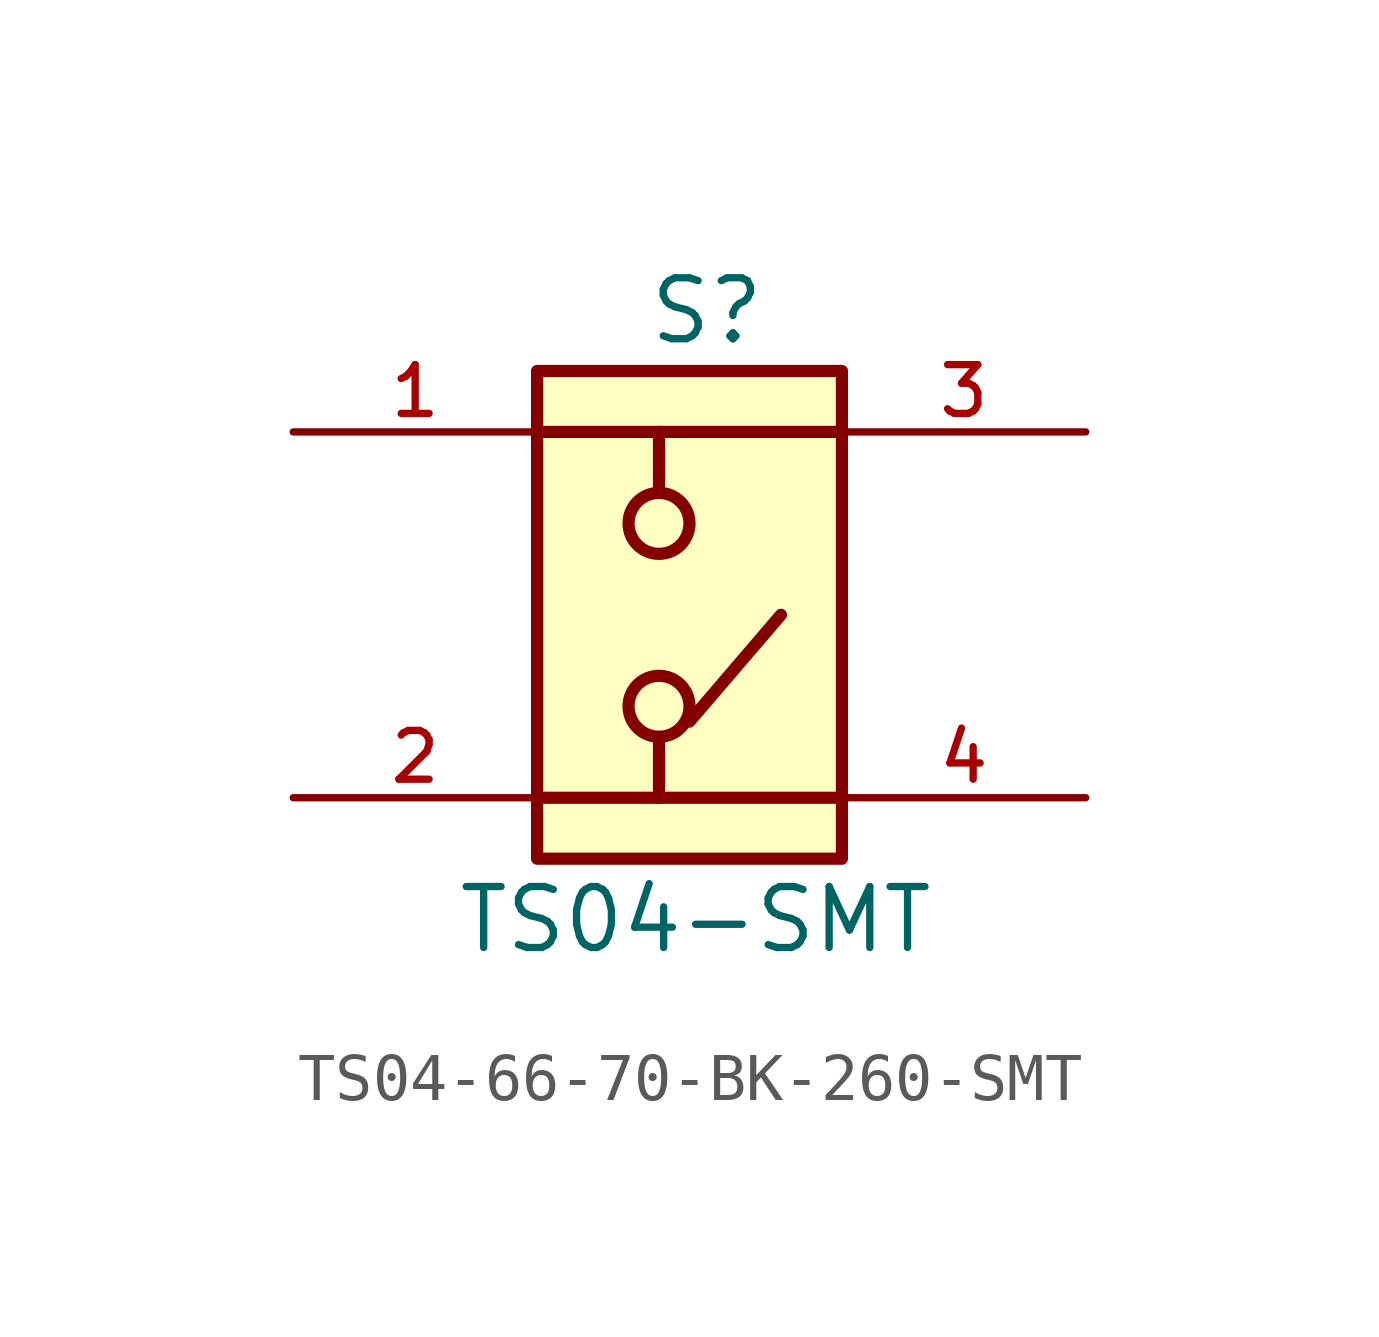
<source format=kicad_sym>
(kicad_symbol_lib
  (version 20241209)
  (generator "kicad_symbol_editor")
  (generator_version "9.0")
  (symbol "TS04-66-70-BK-260-SMT"
    (pin_names
      (offset 1.016))
    (property "Reference" "S"
      (at -0.254 5.588 0)
      (effects (font (size 1.27 1.27)) (justify left bottom)))
    (property "Value" "TS04-SMT"
      (at 0.762 -6.35 0)
      (effects (font (size 1.27 1.27))))
    (symbol "TS04-66-70-BK-260-SMT_0_0"
      (rectangle (start -2.54 5.08) (end 3.81 -5.08) (stroke (width 0.254) (type default)) (fill (type background)))
      (polyline (pts (xy 0 3.81) (xy -2.54 3.81)) (stroke (width 0.254) (type default)) (fill (type none)))
      (polyline (pts (xy 0 3.81) (xy 0 2.54)) (stroke (width 0.254) (type default)) (fill (type none)))
      (polyline (pts (xy 0 3.81) (xy 3.81 3.81)) (stroke (width 0.254) (type default)) (fill (type none)))
      (circle (center 0 1.905) (radius 0.635) (stroke (width 0.254) (type default)) (fill (type none)))
      (circle (center 0 -1.905) (radius 0.635) (stroke (width 0.254) (type default)) (fill (type none)))
      (polyline (pts (xy 0 -2.54) (xy 0 -3.81)) (stroke (width 0.254) (type default)) (fill (type none)))
      (polyline (pts (xy 0 -3.81) (xy -2.54 -3.81)) (stroke (width 0.254) (type default)) (fill (type none)))
      (polyline (pts (xy 0 -3.81) (xy 3.81 -3.81)) (stroke (width 0.254) (type default)) (fill (type none)))
      (polyline (pts (xy 0.635 -2.223) (xy 2.54 0)) (stroke (width 0.254) (type default)) (fill (type none)))
      (pin passive line (at -7.62 3.81 0) (length 5.08) (name "~" (effects (font (size 1.016 1.016)))) (number "1" (effects (font (size 1.016 1.016)))))
      (pin passive line (at -7.62 -3.81 0) (length 5.08) (name "~" (effects (font (size 1.016 1.016)))) (number "2" (effects (font (size 1.016 1.016)))))
      (pin passive line (at 8.89 3.81 180) (length 5.08) (name "~" (effects (font (size 1.016 1.016)))) (number "3" (effects (font (size 1.016 1.016)))))
      (pin passive line (at 8.89 -3.81 180) (length 5.08) (name "~" (effects (font (size 1.016 1.016)))) (number "4" (effects (font (size 1.016 1.016))))))))
</source>
